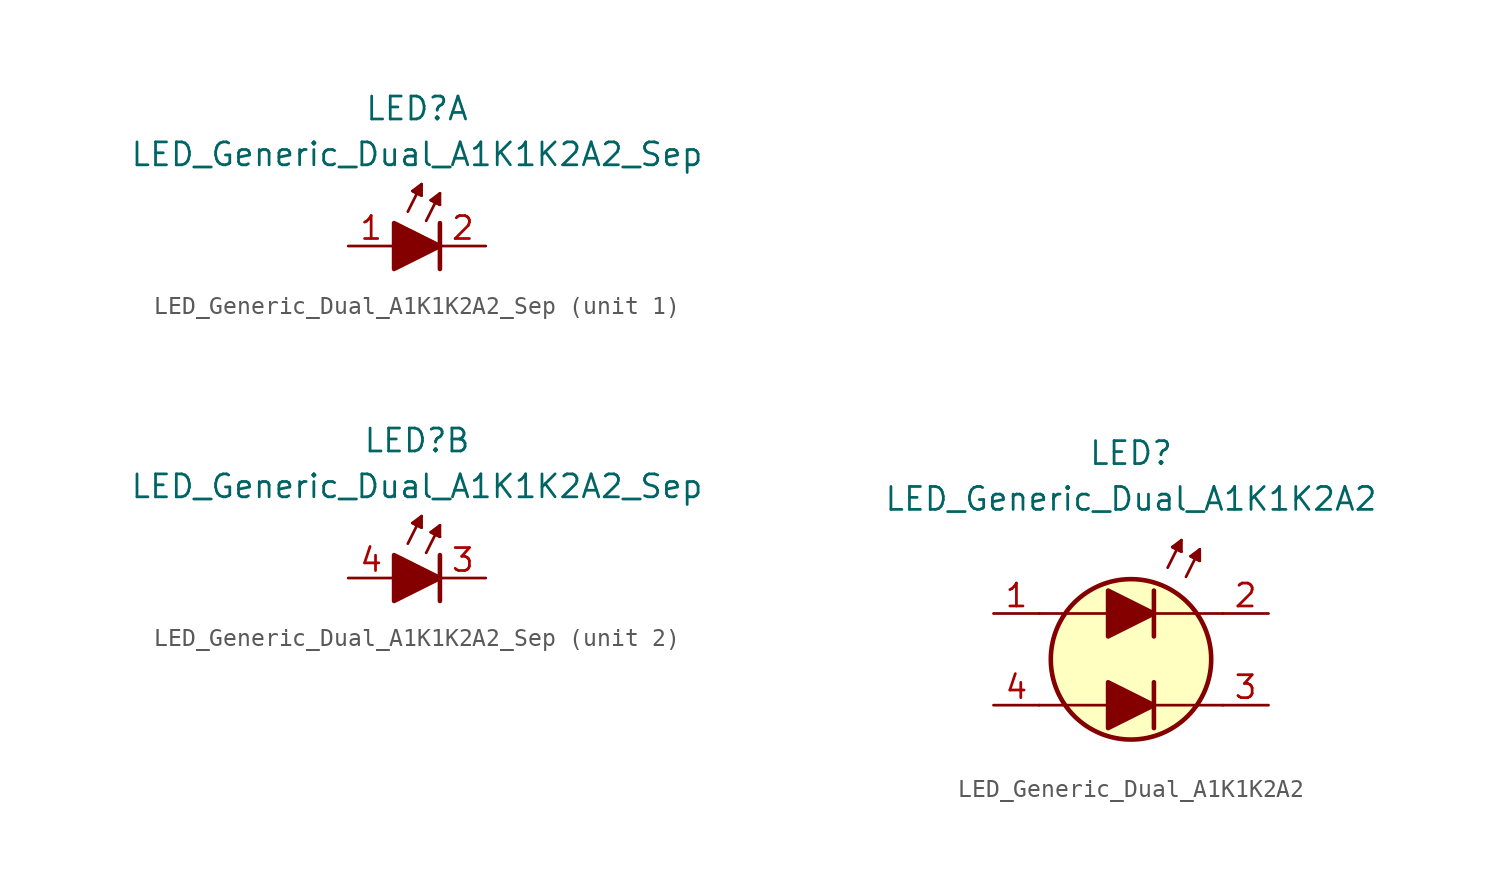
<source format=kicad_sym>
(kicad_symbol_lib
  (version 20231120)
  (generator "kicad_symbol_editor")
  (generator_version "8.0")
  (symbol "LED_Generic_Dual_A1K1K2A2_Sep"
    (pin_names
      (offset 1.016) hide)
    (property "Reference" "LED"
      (at 0 7.62 0)
      (effects (font (size 1.27 1.27))))
    (property "Value" "LED_Generic_Dual_A1K1K2A2_Sep"
      (at 0 5.08 0)
      (effects (font (size 1.27 1.27))))
    (symbol "LED_Generic_Dual_A1K1K2A2_Sep_0_1"
      (polyline (pts (xy -0.508 1.905) (xy 0.254 3.429)) (stroke (width 0.152) (type default)) (fill (type none)))
      (polyline (pts (xy 0 2.921) (xy -0.254 3.048)) (stroke (width 0.152) (type default)) (fill (type none)))
      (polyline (pts (xy 0 2.921) (xy 0.254 2.794)) (stroke (width 0.152) (type default)) (fill (type none)))
      (polyline (pts (xy 0.508 1.397) (xy 1.27 2.921)) (stroke (width 0.152) (type default)) (fill (type none)))
      (polyline (pts (xy 1.016 2.413) (xy 0.762 2.54)) (stroke (width 0.152) (type default)) (fill (type none)))
      (polyline (pts (xy 1.016 2.413) (xy 1.27 2.286)) (stroke (width 0.152) (type default)) (fill (type none)))
      (polyline (pts (xy 1.27 0) (xy -1.27 0)) (stroke (width 0) (type default)) (fill (type none)))
      (polyline (pts (xy 1.27 1.27) (xy 1.27 -1.27)) (stroke (width 0.254) (type default)) (fill (type none)))
      (polyline (pts (xy -1.27 1.27) (xy -1.27 -1.27) (xy 1.27 0) (xy -1.27 1.27)) (stroke (width 0.254) (type default)) (fill (type outline)))
      (polyline (pts (xy 0.254 2.794) (xy -0.254 3.048) (xy 0.254 3.429) (xy 0.254 2.794)) (stroke (width 0.152) (type default)) (fill (type outline)))
      (polyline (pts (xy 1.27 2.286) (xy 0.762 2.54) (xy 1.27 2.921) (xy 1.27 2.286)) (stroke (width 0.152) (type default)) (fill (type outline))))
    (symbol "LED_Generic_Dual_A1K1K2A2_Sep_1_1"
      (pin passive line (at -3.81 0 0) (length 2.54) (name "A1" (effects (font (size 1.27 1.27)))) (number "1" (effects (font (size 1.27 1.27)))))
      (pin passive line (at 3.81 0 180) (length 2.54) (name "K1" (effects (font (size 1.27 1.27)))) (number "2" (effects (font (size 1.27 1.27))))))
    (symbol "LED_Generic_Dual_A1K1K2A2_Sep_2_1"
      (pin passive line (at 3.81 0 180) (length 2.54) (name "K1" (effects (font (size 1.27 1.27)))) (number "3" (effects (font (size 1.27 1.27)))))
      (pin passive line (at -3.81 0 0) (length 2.54) (name "A1" (effects (font (size 1.27 1.27)))) (number "4" (effects (font (size 1.27 1.27)))))))
  (symbol "LED_Generic_Dual_A1K1K2A2"
    (pin_names
      (offset 1.016) hide)
    (property "Reference" "LED"
      (at 0 11.43 0)
      (effects (font (size 1.27 1.27))))
    (property "Value" "LED_Generic_Dual_A1K1K2A2"
      (at 0 8.89 0)
      (effects (font (size 1.27 1.27))))
    (symbol "LED_Generic_Dual_A1K1K2A2_0_1"
      (polyline (pts (xy -1.27 -2.54) (xy -5.08 -2.54)) (stroke (width 0.152) (type default)) (fill (type none)))
      (polyline (pts (xy -1.27 -2.54) (xy 1.27 -2.54)) (stroke (width 0) (type default)) (fill (type none)))
      (polyline (pts (xy -1.27 2.54) (xy -5.08 2.54)) (stroke (width 0.152) (type default)) (fill (type none)))
      (polyline (pts (xy 1.27 -1.27) (xy 1.27 -3.81)) (stroke (width 0.254) (type default)) (fill (type none)))
      (polyline (pts (xy 1.27 2.54) (xy -1.27 2.54)) (stroke (width 0) (type default)) (fill (type none)))
      (polyline (pts (xy 1.27 3.81) (xy 1.27 1.27)) (stroke (width 0.254) (type default)) (fill (type none)))
      (polyline (pts (xy 2.032 5.08) (xy 2.794 6.604)) (stroke (width 0.152) (type default)) (fill (type none)))
      (polyline (pts (xy 2.54 6.096) (xy 2.286 6.223)) (stroke (width 0.152) (type default)) (fill (type none)))
      (polyline (pts (xy 2.54 6.096) (xy 2.794 5.969)) (stroke (width 0.152) (type default)) (fill (type none)))
      (polyline (pts (xy 3.048 4.572) (xy 3.81 6.096)) (stroke (width 0.152) (type default)) (fill (type none)))
      (polyline (pts (xy 3.556 5.588) (xy 3.302 5.715)) (stroke (width 0.152) (type default)) (fill (type none)))
      (polyline (pts (xy 3.556 5.588) (xy 3.81 5.461)) (stroke (width 0.152) (type default)) (fill (type none)))
      (polyline (pts (xy 5.08 -2.54) (xy 1.27 -2.54)) (stroke (width 0.152) (type default)) (fill (type none)))
      (polyline (pts (xy 5.08 2.54) (xy 1.27 2.54)) (stroke (width 0.152) (type default)) (fill (type none)))
      (polyline (pts (xy -1.27 -1.27) (xy -1.27 -3.81) (xy 1.27 -2.54) (xy -1.27 -1.27)) (stroke (width 0.254) (type default)) (fill (type outline)))
      (polyline (pts (xy -1.27 3.81) (xy -1.27 1.27) (xy 1.27 2.54) (xy -1.27 3.81)) (stroke (width 0.254) (type default)) (fill (type outline)))
      (polyline (pts (xy 2.794 5.969) (xy 2.286 6.223) (xy 2.794 6.604) (xy 2.794 5.969)) (stroke (width 0.152) (type default)) (fill (type outline)))
      (polyline (pts (xy 3.81 5.461) (xy 3.302 5.715) (xy 3.81 6.096) (xy 3.81 5.461)) (stroke (width 0.152) (type default)) (fill (type outline)))
      (circle (center 0 0) (radius 4.445) (stroke (width 0.254) (type default)) (fill (type background))))
    (symbol "LED_Generic_Dual_A1K1K2A2_1_1"
      (pin passive line (at -7.62 2.54 0) (length 2.54) (name "A1" (effects (font (size 1.27 1.27)))) (number "1" (effects (font (size 1.27 1.27)))))
      (pin passive line (at 7.62 2.54 180) (length 2.54) (name "K1" (effects (font (size 1.27 1.27)))) (number "2" (effects (font (size 1.27 1.27)))))
      (pin passive line (at 7.62 -2.54 180) (length 2.54) (name "K2" (effects (font (size 1.27 1.27)))) (number "3" (effects (font (size 1.27 1.27)))))
      (pin passive line (at -7.62 -2.54 0) (length 2.54) (name "A2" (effects (font (size 1.27 1.27)))) (number "4" (effects (font (size 1.27 1.27))))))))
</source>
